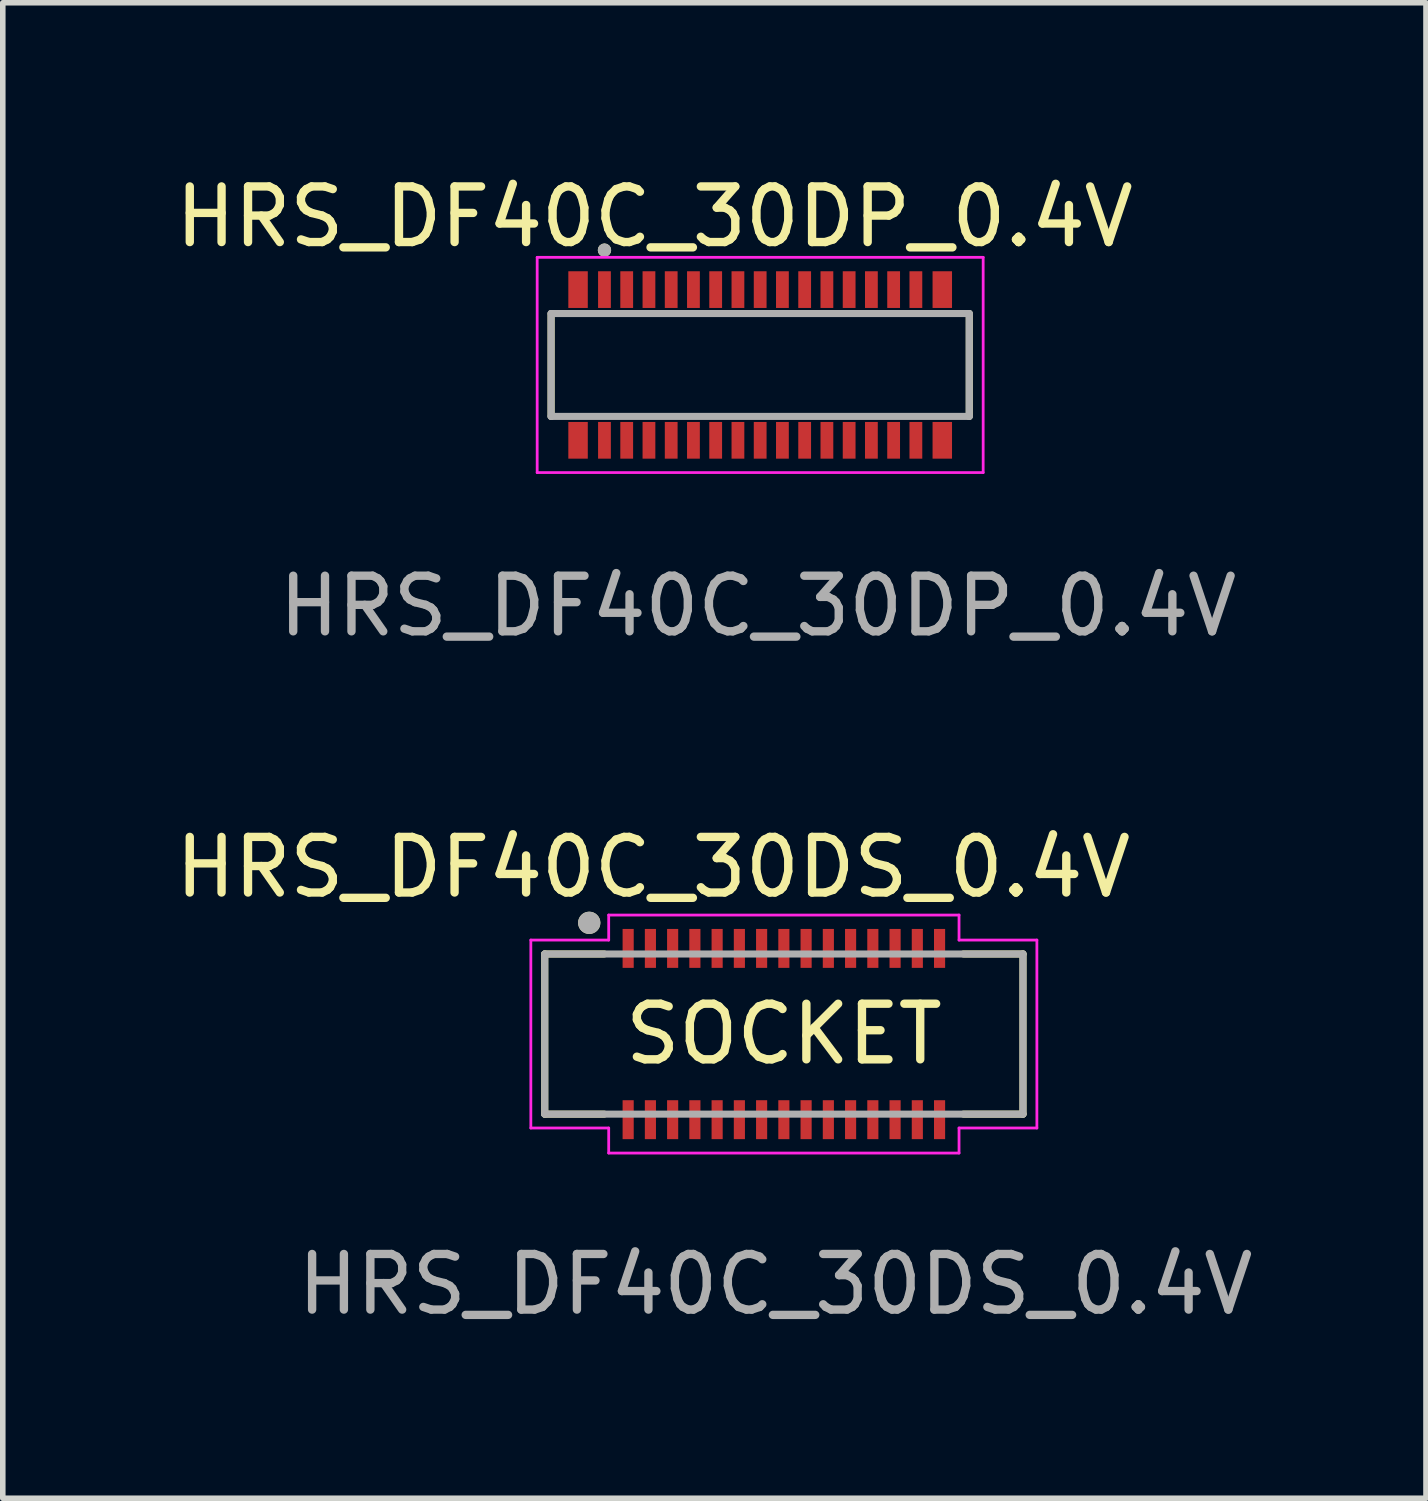
<source format=kicad_pcb>
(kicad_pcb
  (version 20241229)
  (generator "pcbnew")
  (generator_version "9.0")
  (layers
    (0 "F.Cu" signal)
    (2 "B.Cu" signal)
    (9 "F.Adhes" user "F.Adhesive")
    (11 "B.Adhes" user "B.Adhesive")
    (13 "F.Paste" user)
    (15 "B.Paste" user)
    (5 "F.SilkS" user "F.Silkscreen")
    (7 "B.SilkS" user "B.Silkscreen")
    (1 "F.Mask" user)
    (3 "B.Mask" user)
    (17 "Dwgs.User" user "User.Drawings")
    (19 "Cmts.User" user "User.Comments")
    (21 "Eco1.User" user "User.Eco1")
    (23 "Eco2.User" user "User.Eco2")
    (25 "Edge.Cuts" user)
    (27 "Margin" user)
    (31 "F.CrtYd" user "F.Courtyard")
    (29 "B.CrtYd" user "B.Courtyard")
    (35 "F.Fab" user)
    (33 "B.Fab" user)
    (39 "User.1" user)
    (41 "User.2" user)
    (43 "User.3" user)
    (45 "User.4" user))
  (footprint "HRS_DF40C_30DP_0.4V"
    (layer "F.Cu")
    (at 10.58 3.548)
    (property "Reference" "HRS_DF40C_30DP_0.4V" (at -1.86 -2.7 0) (unlocked yes) (layer "F.SilkS") (effects (font (size 1 1) (thickness 0.15))))
    (attr smd)
    (fp_line (start -3.72 0.89) (end -3.72 -0.96) (stroke (width 0.127) (type solid)) (layer "F.SilkS"))
    (fp_line (start 3.8 -0.96) (end 3.8 0.89) (stroke (width 0.127) (type solid)) (layer "F.SilkS"))
    (fp_circle (center -2.76 -2.1) (end -2.7 -2.1) (stroke (width 0.12) (type solid)) (fill no) (layer "F.SilkS"))
    (fp_line (start -3.97 -1.97) (end 4.05 -1.97) (stroke (width 0.05) (type solid)) (layer "F.CrtYd"))
    (fp_line (start -3.97 1.9) (end -3.97 -1.97) (stroke (width 0.05) (type solid)) (layer "F.CrtYd"))
    (fp_line (start 4.05 -1.97) (end 4.05 1.9) (stroke (width 0.05) (type solid)) (layer "F.CrtYd"))
    (fp_line (start 4.05 1.9) (end -3.97 1.9) (stroke (width 0.05) (type solid)) (layer "F.CrtYd"))
    (fp_line (start -3.72 -0.96) (end 3.8 -0.96) (stroke (width 0.127) (type solid)) (layer "F.Fab"))
    (fp_line (start -3.72 0.89) (end -3.72 -0.96) (stroke (width 0.127) (type solid)) (layer "F.Fab"))
    (fp_line (start 3.8 -0.96) (end 3.8 0.89) (stroke (width 0.127) (type solid)) (layer "F.Fab"))
    (fp_line (start 3.8 0.89) (end -3.72 0.89) (stroke (width 0.127) (type solid)) (layer "F.Fab"))
    (fp_circle (center -2.76 -2.1) (end -2.7 -2.1) (stroke (width 0.12) (type solid)) (fill no) (layer "F.Fab"))
    (fp_text user "${REFERENCE}" (at 0 4.3 0) (unlocked yes) (layer "F.Fab") (effects (font (size 1 1) (thickness 0.15))))
    (pad "1" smd rect (at -2.76 -1.39) (size 0.23 0.66) (layers "F.Cu" "F.Mask" "F.Paste"))
    (pad "2" smd rect (at -2.76 1.32) (size 0.23 0.66) (layers "F.Cu" "F.Mask" "F.Paste"))
    (pad "3" smd rect (at -2.36 -1.39) (size 0.23 0.66) (layers "F.Cu" "F.Mask" "F.Paste"))
    (pad "4" smd rect (at -2.36 1.32) (size 0.23 0.66) (layers "F.Cu" "F.Mask" "F.Paste"))
    (pad "5" smd rect (at -1.96 -1.39) (size 0.23 0.66) (layers "F.Cu" "F.Mask" "F.Paste"))
    (pad "6" smd rect (at -1.96 1.32) (size 0.23 0.66) (layers "F.Cu" "F.Mask" "F.Paste"))
    (pad "7" smd rect (at -1.56 -1.39) (size 0.23 0.66) (layers "F.Cu" "F.Mask" "F.Paste"))
    (pad "8" smd rect (at -1.56 1.32) (size 0.23 0.66) (layers "F.Cu" "F.Mask" "F.Paste"))
    (pad "9" smd rect (at -1.16 -1.39) (size 0.23 0.66) (layers "F.Cu" "F.Mask" "F.Paste"))
    (pad "10" smd rect (at -1.16 1.32) (size 0.23 0.66) (layers "F.Cu" "F.Mask" "F.Paste"))
    (pad "11" smd rect (at -0.76 -1.39) (size 0.23 0.66) (layers "F.Cu" "F.Mask" "F.Paste"))
    (pad "12" smd rect (at -0.76 1.32) (size 0.23 0.66) (layers "F.Cu" "F.Mask" "F.Paste"))
    (pad "13" smd rect (at -0.36 -1.39) (size 0.23 0.66) (layers "F.Cu" "F.Mask" "F.Paste"))
    (pad "14" smd rect (at -0.36 1.32) (size 0.23 0.66) (layers "F.Cu" "F.Mask" "F.Paste"))
    (pad "15" smd rect (at 0.04 -1.39) (size 0.23 0.66) (layers "F.Cu" "F.Mask" "F.Paste"))
    (pad "16" smd rect (at 0.04 1.32) (size 0.23 0.66) (layers "F.Cu" "F.Mask" "F.Paste"))
    (pad "17" smd rect (at 0.44 -1.39) (size 0.23 0.66) (layers "F.Cu" "F.Mask" "F.Paste"))
    (pad "18" smd rect (at 0.44 1.32) (size 0.23 0.66) (layers "F.Cu" "F.Mask" "F.Paste"))
    (pad "19" smd rect (at 0.84 -1.39) (size 0.23 0.66) (layers "F.Cu" "F.Mask" "F.Paste"))
    (pad "20" smd rect (at 0.84 1.32) (size 0.23 0.66) (layers "F.Cu" "F.Mask" "F.Paste"))
    (pad "21" smd rect (at 1.24 -1.39) (size 0.23 0.66) (layers "F.Cu" "F.Mask" "F.Paste"))
    (pad "22" smd rect (at 1.24 1.32) (size 0.23 0.66) (layers "F.Cu" "F.Mask" "F.Paste"))
    (pad "23" smd rect (at 1.64 -1.39) (size 0.23 0.66) (layers "F.Cu" "F.Mask" "F.Paste"))
    (pad "24" smd rect (at 1.64 1.32) (size 0.23 0.66) (layers "F.Cu" "F.Mask" "F.Paste"))
    (pad "25" smd rect (at 2.04 -1.39) (size 0.23 0.66) (layers "F.Cu" "F.Mask" "F.Paste"))
    (pad "26" smd rect (at 2.04 1.32) (size 0.23 0.66) (layers "F.Cu" "F.Mask" "F.Paste"))
    (pad "27" smd rect (at 2.44 -1.39) (size 0.23 0.66) (layers "F.Cu" "F.Mask" "F.Paste"))
    (pad "28" smd rect (at 2.44 1.32) (size 0.23 0.66) (layers "F.Cu" "F.Mask" "F.Paste"))
    (pad "29" smd rect (at 2.84 -1.39) (size 0.23 0.66) (layers "F.Cu" "F.Mask" "F.Paste"))
    (pad "30" smd rect (at 2.84 1.32) (size 0.23 0.66) (layers "F.Cu" "F.Mask" "F.Paste"))
    (pad "S1" smd rect (at -3.235 -1.39) (size 0.35 0.66) (layers "F.Cu" "F.Mask" "F.Paste"))
    (pad "S2" smd rect (at -3.235 1.32) (size 0.35 0.66) (layers "F.Cu" "F.Mask" "F.Paste"))
    (pad "S3" smd rect (at 3.315 -1.39) (size 0.35 0.66) (layers "F.Cu" "F.Mask" "F.Paste"))
    (pad "S4" smd rect (at 3.315 1.32) (size 0.35 0.66) (layers "F.Cu" "F.Mask" "F.Paste")))
  (footprint "HRS_DF40C_30DS_0.4V"
    (layer "F.Cu")
    (at 10.896 15.545)
    (property "Reference" "HRS_DF40C_30DS_0.4V" (at -2.2 -3 0) (unlocked yes) (layer "F.SilkS") (effects (font (size 1 1) (thickness 0.15))))
    (attr smd)
    (fp_line (start -4.15 -1.44) (end -4.15 1.44) (stroke (width 0.127) (type solid)) (layer "F.SilkS"))
    (fp_line (start -4.15 1.44) (end -3.08 1.44) (stroke (width 0.127) (type solid)) (layer "F.SilkS"))
    (fp_line (start -3.08 -1.44) (end -4.15 -1.44) (stroke (width 0.127) (type solid)) (layer "F.SilkS"))
    (fp_line (start 3.38 -1.44) (end 4.45 -1.44) (stroke (width 0.127) (type solid)) (layer "F.SilkS"))
    (fp_line (start 4.45 -1.44) (end 4.45 1.44) (stroke (width 0.127) (type solid)) (layer "F.SilkS"))
    (fp_line (start 4.45 1.44) (end 3.38 1.44) (stroke (width 0.127) (type solid)) (layer "F.SilkS"))
    (fp_circle (center -3.35 -2) (end -3.25 -2) (stroke (width 0.2) (type solid)) (fill no) (layer "F.SilkS"))
    (fp_poly (pts (xy -2.73 -1.82) (xy -2.57 -1.82) (xy -2.57 -1.26) (xy -2.73 -1.26)) (stroke (width 0.01) (type solid)) (fill yes) (layer "F.Paste"))
    (fp_poly (pts (xy -2.73 1.26) (xy -2.57 1.26) (xy -2.57 1.82) (xy -2.73 1.82)) (stroke (width 0.01) (type solid)) (fill yes) (layer "F.Paste"))
    (fp_poly (pts (xy -2.33 -1.82) (xy -2.17 -1.82) (xy -2.17 -1.26) (xy -2.33 -1.26)) (stroke (width 0.01) (type solid)) (fill yes) (layer "F.Paste"))
    (fp_poly (pts (xy -2.33 1.26) (xy -2.17 1.26) (xy -2.17 1.82) (xy -2.33 1.82)) (stroke (width 0.01) (type solid)) (fill yes) (layer "F.Paste"))
    (fp_poly (pts (xy -1.93 -1.82) (xy -1.77 -1.82) (xy -1.77 -1.26) (xy -1.93 -1.26)) (stroke (width 0.01) (type solid)) (fill yes) (layer "F.Paste"))
    (fp_poly (pts (xy -1.93 1.26) (xy -1.77 1.26) (xy -1.77 1.82) (xy -1.93 1.82)) (stroke (width 0.01) (type solid)) (fill yes) (layer "F.Paste"))
    (fp_poly (pts (xy -1.53 -1.82) (xy -1.37 -1.82) (xy -1.37 -1.26) (xy -1.53 -1.26)) (stroke (width 0.01) (type solid)) (fill yes) (layer "F.Paste"))
    (fp_poly (pts (xy -1.53 1.26) (xy -1.37 1.26) (xy -1.37 1.82) (xy -1.53 1.82)) (stroke (width 0.01) (type solid)) (fill yes) (layer "F.Paste"))
    (fp_poly (pts (xy -1.13 -1.82) (xy -0.97 -1.82) (xy -0.97 -1.26) (xy -1.13 -1.26)) (stroke (width 0.01) (type solid)) (fill yes) (layer "F.Paste"))
    (fp_poly (pts (xy -1.13 1.26) (xy -0.97 1.26) (xy -0.97 1.82) (xy -1.13 1.82)) (stroke (width 0.01) (type solid)) (fill yes) (layer "F.Paste"))
    (fp_poly (pts (xy -0.73 -1.82) (xy -0.57 -1.82) (xy -0.57 -1.26) (xy -0.73 -1.26)) (stroke (width 0.01) (type solid)) (fill yes) (layer "F.Paste"))
    (fp_poly (pts (xy -0.73 1.26) (xy -0.57 1.26) (xy -0.57 1.82) (xy -0.73 1.82)) (stroke (width 0.01) (type solid)) (fill yes) (layer "F.Paste"))
    (fp_poly (pts (xy -0.33 -1.82) (xy -0.17 -1.82) (xy -0.17 -1.26) (xy -0.33 -1.26)) (stroke (width 0.01) (type solid)) (fill yes) (layer "F.Paste"))
    (fp_poly (pts (xy -0.33 1.26) (xy -0.17 1.26) (xy -0.17 1.82) (xy -0.33 1.82)) (stroke (width 0.01) (type solid)) (fill yes) (layer "F.Paste"))
    (fp_poly (pts (xy 0.07 -1.82) (xy 0.23 -1.82) (xy 0.23 -1.26) (xy 0.07 -1.26)) (stroke (width 0.01) (type solid)) (fill yes) (layer "F.Paste"))
    (fp_poly (pts (xy 0.07 1.26) (xy 0.23 1.26) (xy 0.23 1.82) (xy 0.07 1.82)) (stroke (width 0.01) (type solid)) (fill yes) (layer "F.Paste"))
    (fp_poly (pts (xy 0.47 -1.82) (xy 0.63 -1.82) (xy 0.63 -1.26) (xy 0.47 -1.26)) (stroke (width 0.01) (type solid)) (fill yes) (layer "F.Paste"))
    (fp_poly (pts (xy 0.47 1.26) (xy 0.63 1.26) (xy 0.63 1.82) (xy 0.47 1.82)) (stroke (width 0.01) (type solid)) (fill yes) (layer "F.Paste"))
    (fp_poly (pts (xy 0.87 -1.82) (xy 1.03 -1.82) (xy 1.03 -1.26) (xy 0.87 -1.26)) (stroke (width 0.01) (type solid)) (fill yes) (layer "F.Paste"))
    (fp_poly (pts (xy 0.87 1.26) (xy 1.03 1.26) (xy 1.03 1.82) (xy 0.87 1.82)) (stroke (width 0.01) (type solid)) (fill yes) (layer "F.Paste"))
    (fp_poly (pts (xy 1.27 -1.82) (xy 1.43 -1.82) (xy 1.43 -1.26) (xy 1.27 -1.26)) (stroke (width 0.01) (type solid)) (fill yes) (layer "F.Paste"))
    (fp_poly (pts (xy 1.27 1.26) (xy 1.43 1.26) (xy 1.43 1.82) (xy 1.27 1.82)) (stroke (width 0.01) (type solid)) (fill yes) (layer "F.Paste"))
    (fp_poly (pts (xy 1.67 -1.82) (xy 1.83 -1.82) (xy 1.83 -1.26) (xy 1.67 -1.26)) (stroke (width 0.01) (type solid)) (fill yes) (layer "F.Paste"))
    (fp_poly (pts (xy 1.67 1.26) (xy 1.83 1.26) (xy 1.83 1.82) (xy 1.67 1.82)) (stroke (width 0.01) (type solid)) (fill yes) (layer "F.Paste"))
    (fp_poly (pts (xy 2.07 -1.82) (xy 2.23 -1.82) (xy 2.23 -1.26) (xy 2.07 -1.26)) (stroke (width 0.01) (type solid)) (fill yes) (layer "F.Paste"))
    (fp_poly (pts (xy 2.07 1.26) (xy 2.23 1.26) (xy 2.23 1.82) (xy 2.07 1.82)) (stroke (width 0.01) (type solid)) (fill yes) (layer "F.Paste"))
    (fp_poly (pts (xy 2.47 -1.82) (xy 2.63 -1.82) (xy 2.63 -1.26) (xy 2.47 -1.26)) (stroke (width 0.01) (type solid)) (fill yes) (layer "F.Paste"))
    (fp_poly (pts (xy 2.47 1.26) (xy 2.63 1.26) (xy 2.63 1.82) (xy 2.47 1.82)) (stroke (width 0.01) (type solid)) (fill yes) (layer "F.Paste"))
    (fp_poly (pts (xy 2.87 -1.82) (xy 3.03 -1.82) (xy 3.03 -1.26) (xy 2.87 -1.26)) (stroke (width 0.01) (type solid)) (fill yes) (layer "F.Paste"))
    (fp_poly (pts (xy 2.87 1.26) (xy 3.03 1.26) (xy 3.03 1.82) (xy 2.87 1.82)) (stroke (width 0.01) (type solid)) (fill yes) (layer "F.Paste"))
    (fp_line (start -4.4 -1.69) (end -3 -1.69) (stroke (width 0.05) (type solid)) (layer "F.CrtYd"))
    (fp_line (start -4.4 1.69) (end -4.4 -1.69) (stroke (width 0.05) (type solid)) (layer "F.CrtYd"))
    (fp_line (start -3 -2.14) (end 3.3 -2.14) (stroke (width 0.05) (type solid)) (layer "F.CrtYd"))
    (fp_line (start -3 -1.69) (end -3 -2.14) (stroke (width 0.05) (type solid)) (layer "F.CrtYd"))
    (fp_line (start -3 1.69) (end -4.4 1.69) (stroke (width 0.05) (type solid)) (layer "F.CrtYd"))
    (fp_line (start -3 2.14) (end -3 1.69) (stroke (width 0.05) (type solid)) (layer "F.CrtYd"))
    (fp_line (start 3.3 -2.14) (end 3.3 -1.69) (stroke (width 0.05) (type solid)) (layer "F.CrtYd"))
    (fp_line (start 3.3 -1.69) (end 4.7 -1.69) (stroke (width 0.05) (type solid)) (layer "F.CrtYd"))
    (fp_line (start 3.3 1.69) (end 3.3 2.14) (stroke (width 0.05) (type solid)) (layer "F.CrtYd"))
    (fp_line (start 3.3 2.14) (end -3 2.14) (stroke (width 0.05) (type solid)) (layer "F.CrtYd"))
    (fp_line (start 4.7 -1.69) (end 4.7 1.69) (stroke (width 0.05) (type solid)) (layer "F.CrtYd"))
    (fp_line (start 4.7 1.69) (end 3.3 1.69) (stroke (width 0.05) (type solid)) (layer "F.CrtYd"))
    (fp_line (start -4.15 -1.44) (end 4.45 -1.44) (stroke (width 0.127) (type solid)) (layer "F.Fab"))
    (fp_line (start -4.15 1.44) (end -4.15 -1.44) (stroke (width 0.127) (type solid)) (layer "F.Fab"))
    (fp_line (start 4.45 -1.44) (end 4.45 1.44) (stroke (width 0.127) (type solid)) (layer "F.Fab"))
    (fp_line (start 4.45 1.44) (end -4.15 1.44) (stroke (width 0.127) (type solid)) (layer "F.Fab"))
    (fp_circle (center -3.35 -2) (end -3.25 -2) (stroke (width 0.2) (type solid)) (fill no) (layer "F.Fab"))
    (fp_text user "SOCKET" (at 0.15 0 0) (unlocked yes) (layer "F.SilkS") (effects (font (size 1 1) (thickness 0.15))))
    (fp_text user "${REFERENCE}" (at 0 4.5 0) (unlocked yes) (layer "F.Fab") (effects (font (size 1 1) (thickness 0.15))))
    (pad "1" smd rect (at -2.65 -1.54) (size 0.2 0.7) (layers "F.Cu" "F.Mask"))
    (pad "2" smd rect (at -2.65 1.54) (size 0.2 0.7) (layers "F.Cu" "F.Mask"))
    (pad "3" smd rect (at -2.25 -1.54) (size 0.2 0.7) (layers "F.Cu" "F.Mask"))
    (pad "4" smd rect (at -2.25 1.54) (size 0.2 0.7) (layers "F.Cu" "F.Mask"))
    (pad "5" smd rect (at -1.85 -1.54) (size 0.2 0.7) (layers "F.Cu" "F.Mask"))
    (pad "6" smd rect (at -1.85 1.54) (size 0.2 0.7) (layers "F.Cu" "F.Mask"))
    (pad "7" smd rect (at -1.45 -1.54) (size 0.2 0.7) (layers "F.Cu" "F.Mask"))
    (pad "8" smd rect (at -1.45 1.54) (size 0.2 0.7) (layers "F.Cu" "F.Mask"))
    (pad "9" smd rect (at -1.05 -1.54) (size 0.2 0.7) (layers "F.Cu" "F.Mask"))
    (pad "10" smd rect (at -1.05 1.54) (size 0.2 0.7) (layers "F.Cu" "F.Mask"))
    (pad "11" smd rect (at -0.65 -1.54) (size 0.2 0.7) (layers "F.Cu" "F.Mask"))
    (pad "12" smd rect (at -0.65 1.54) (size 0.2 0.7) (layers "F.Cu" "F.Mask"))
    (pad "13" smd rect (at -0.25 -1.54) (size 0.2 0.7) (layers "F.Cu" "F.Mask"))
    (pad "14" smd rect (at -0.25 1.54) (size 0.2 0.7) (layers "F.Cu" "F.Mask"))
    (pad "15" smd rect (at 0.15 -1.54) (size 0.2 0.7) (layers "F.Cu" "F.Mask"))
    (pad "16" smd rect (at 0.15 1.54) (size 0.2 0.7) (layers "F.Cu" "F.Mask"))
    (pad "17" smd rect (at 0.55 -1.54) (size 0.2 0.7) (layers "F.Cu" "F.Mask"))
    (pad "18" smd rect (at 0.55 1.54) (size 0.2 0.7) (layers "F.Cu" "F.Mask"))
    (pad "19" smd rect (at 0.95 -1.54) (size 0.2 0.7) (layers "F.Cu" "F.Mask"))
    (pad "20" smd rect (at 0.95 1.54) (size 0.2 0.7) (layers "F.Cu" "F.Mask"))
    (pad "21" smd rect (at 1.35 -1.54) (size 0.2 0.7) (layers "F.Cu" "F.Mask"))
    (pad "22" smd rect (at 1.35 1.54) (size 0.2 0.7) (layers "F.Cu" "F.Mask"))
    (pad "23" smd rect (at 1.75 -1.54) (size 0.2 0.7) (layers "F.Cu" "F.Mask"))
    (pad "24" smd rect (at 1.75 1.54) (size 0.2 0.7) (layers "F.Cu" "F.Mask"))
    (pad "25" smd rect (at 2.15 -1.54) (size 0.2 0.7) (layers "F.Cu" "F.Mask"))
    (pad "26" smd rect (at 2.15 1.54) (size 0.2 0.7) (layers "F.Cu" "F.Mask"))
    (pad "27" smd rect (at 2.55 -1.54) (size 0.2 0.7) (layers "F.Cu" "F.Mask"))
    (pad "28" smd rect (at 2.55 1.54) (size 0.2 0.7) (layers "F.Cu" "F.Mask"))
    (pad "29" smd rect (at 2.95 -1.54) (size 0.2 0.7) (layers "F.Cu" "F.Mask"))
    (pad "30" smd rect (at 2.95 1.54) (size 0.2 0.7) (layers "F.Cu" "F.Mask")))
  (gr_rect
    (start -3 -3)
    (end 22.593 23.893)
    (stroke (width 0.1) (type default))
    (fill no)
    (layer "Edge.Cuts")))
</source>
